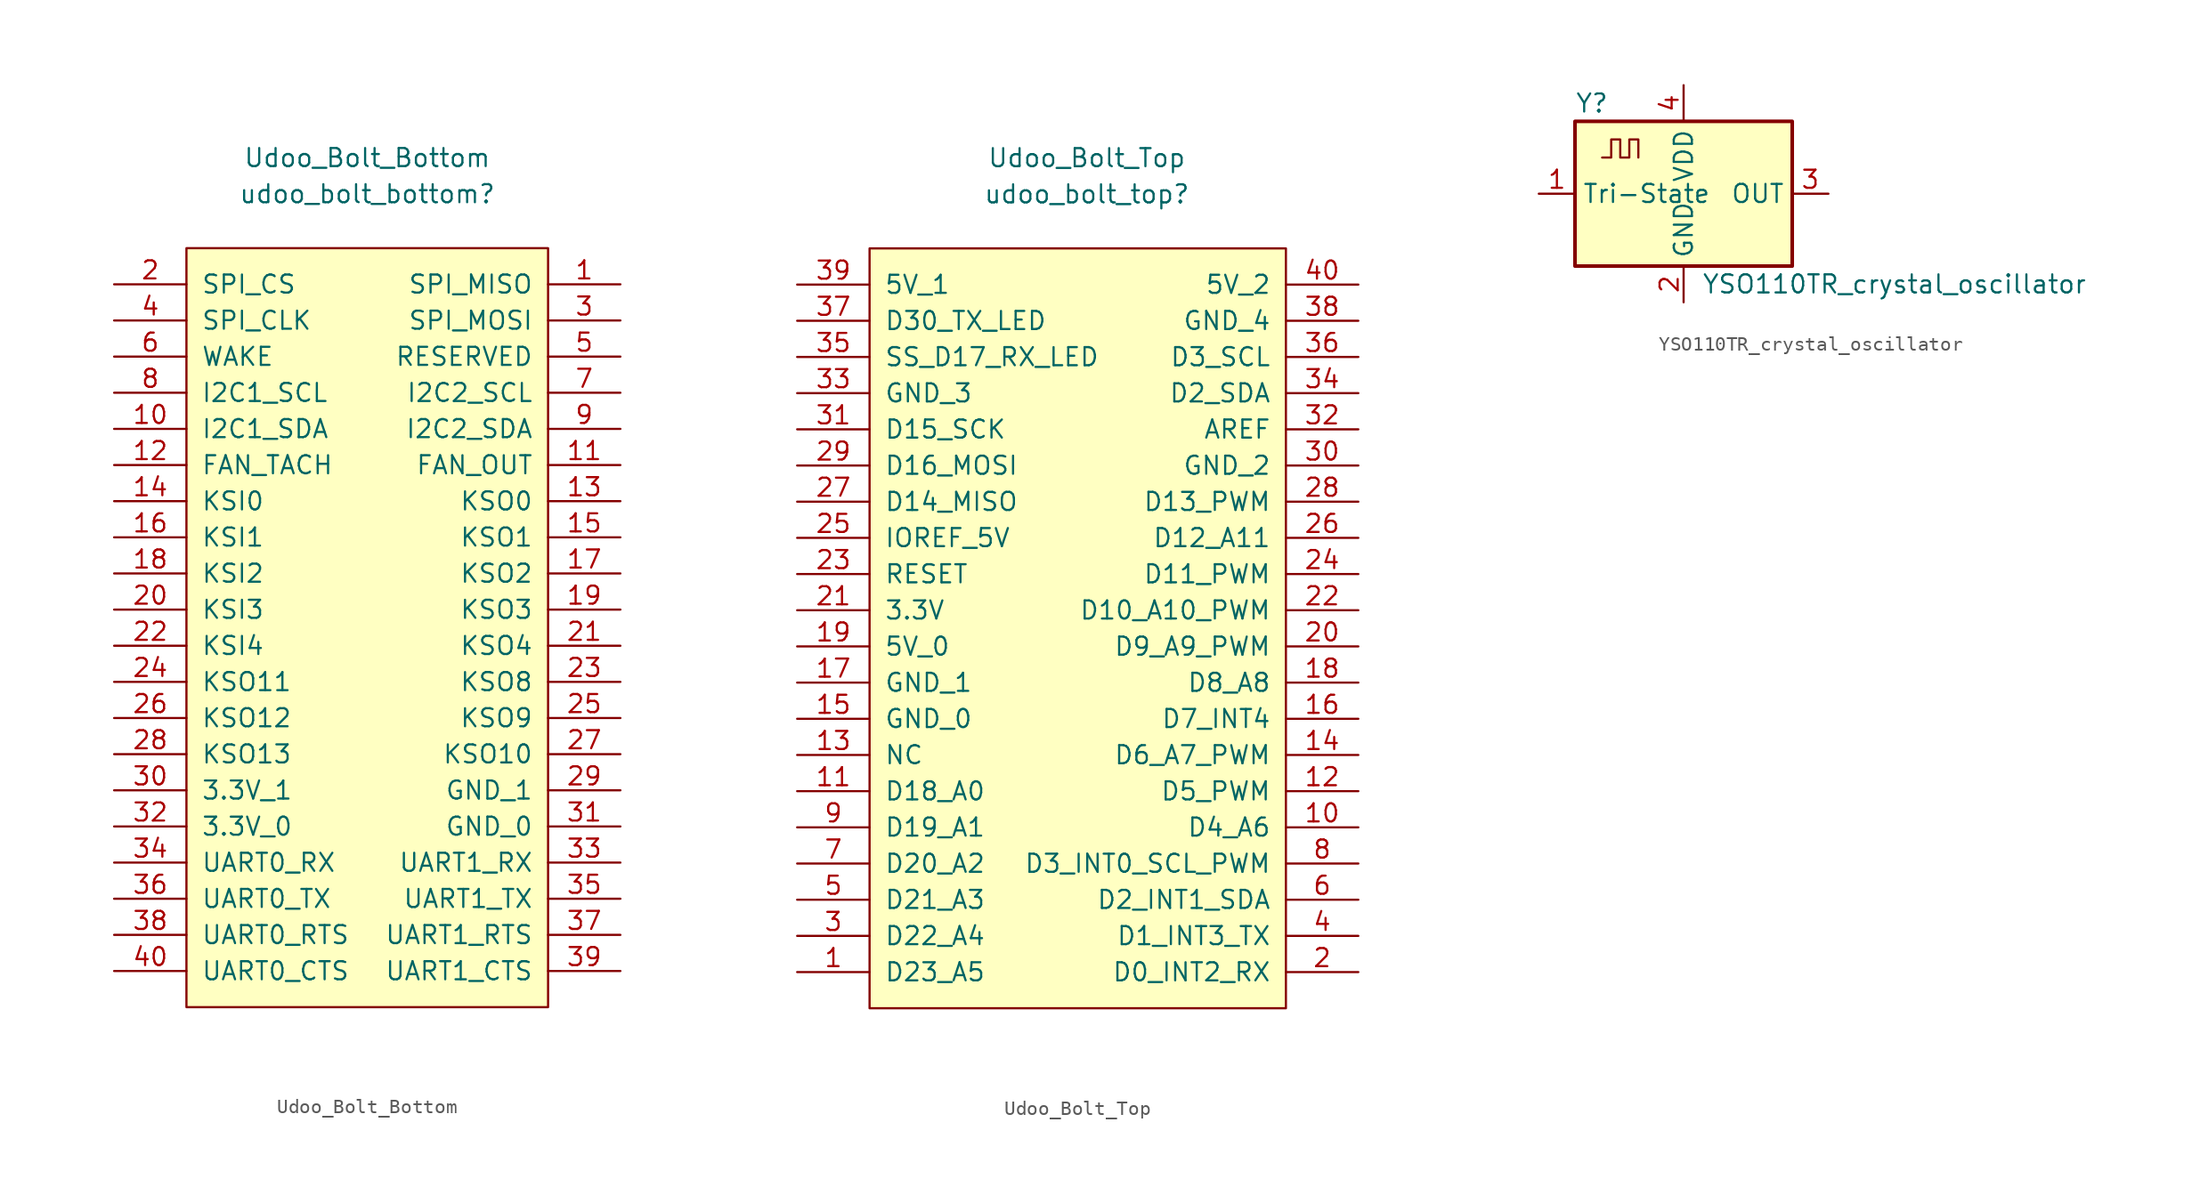
<source format=kicad_sym>
(kicad_symbol_lib
  (version 20241209)
  (generator "kicad_symbol_editor")
  (generator_version "9.0")
  (symbol "Udoo_Bolt_Bottom"
    (pin_names
      (offset 1.016))
    (property "Reference" "udoo_bolt_bottom"
      (at 0 30.48 0)
      (effects (font (size 1.27 1.27))))
    (property "Value" "Udoo_Bolt_Bottom"
      (at 0 33.02 0)
      (effects (font (size 1.27 1.27))))
    (symbol "Udoo_Bolt_Bottom_0_1"
      (rectangle (start -12.7 26.67) (end 12.7 -26.67) (stroke (width 0) (type solid)) (fill (type background))))
    (symbol "Udoo_Bolt_Bottom_1_1"
      (pin bidirectional line (at -17.78 24.13 0) (length 5.08) (name "SPI_CS" (effects (font (size 1.27 1.27)))) (number "2" (effects (font (size 1.27 1.27)))))
      (pin bidirectional line (at -17.78 21.59 0) (length 5.08) (name "SPI_CLK" (effects (font (size 1.27 1.27)))) (number "4" (effects (font (size 1.27 1.27)))))
      (pin bidirectional line (at -17.78 19.05 0) (length 5.08) (name "WAKE" (effects (font (size 1.27 1.27)))) (number "6" (effects (font (size 1.27 1.27)))))
      (pin bidirectional line (at -17.78 16.51 0) (length 5.08) (name "I2C1_SCL" (effects (font (size 1.27 1.27)))) (number "8" (effects (font (size 1.27 1.27)))))
      (pin bidirectional line (at -17.78 13.97 0) (length 5.08) (name "I2C1_SDA" (effects (font (size 1.27 1.27)))) (number "10" (effects (font (size 1.27 1.27)))))
      (pin bidirectional line (at -17.78 11.43 0) (length 5.08) (name "FAN_TACH" (effects (font (size 1.27 1.27)))) (number "12" (effects (font (size 1.27 1.27)))))
      (pin bidirectional line (at -17.78 8.89 0) (length 5.08) (name "KSI0" (effects (font (size 1.27 1.27)))) (number "14" (effects (font (size 1.27 1.27)))))
      (pin bidirectional line (at -17.78 6.35 0) (length 5.08) (name "KSI1" (effects (font (size 1.27 1.27)))) (number "16" (effects (font (size 1.27 1.27)))))
      (pin bidirectional line (at -17.78 3.81 0) (length 5.08) (name "KSI2" (effects (font (size 1.27 1.27)))) (number "18" (effects (font (size 1.27 1.27)))))
      (pin bidirectional line (at -17.78 1.27 0) (length 5.08) (name "KSI3" (effects (font (size 1.27 1.27)))) (number "20" (effects (font (size 1.27 1.27)))))
      (pin bidirectional line (at -17.78 -1.27 0) (length 5.08) (name "KSI4" (effects (font (size 1.27 1.27)))) (number "22" (effects (font (size 1.27 1.27)))))
      (pin bidirectional line (at -17.78 -3.81 0) (length 5.08) (name "KSO11" (effects (font (size 1.27 1.27)))) (number "24" (effects (font (size 1.27 1.27)))))
      (pin bidirectional line (at -17.78 -6.35 0) (length 5.08) (name "KSO12" (effects (font (size 1.27 1.27)))) (number "26" (effects (font (size 1.27 1.27)))))
      (pin bidirectional line (at -17.78 -8.89 0) (length 5.08) (name "KSO13" (effects (font (size 1.27 1.27)))) (number "28" (effects (font (size 1.27 1.27)))))
      (pin bidirectional line (at -17.78 -11.43 0) (length 5.08) (name "3.3V_1" (effects (font (size 1.27 1.27)))) (number "30" (effects (font (size 1.27 1.27)))))
      (pin bidirectional line (at -17.78 -13.97 0) (length 5.08) (name "3.3V_0" (effects (font (size 1.27 1.27)))) (number "32" (effects (font (size 1.27 1.27)))))
      (pin bidirectional line (at -17.78 -16.51 0) (length 5.08) (name "UART0_RX" (effects (font (size 1.27 1.27)))) (number "34" (effects (font (size 1.27 1.27)))))
      (pin bidirectional line (at -17.78 -19.05 0) (length 5.08) (name "UART0_TX" (effects (font (size 1.27 1.27)))) (number "36" (effects (font (size 1.27 1.27)))))
      (pin bidirectional line (at -17.78 -21.59 0) (length 5.08) (name "UART0_RTS" (effects (font (size 1.27 1.27)))) (number "38" (effects (font (size 1.27 1.27)))))
      (pin bidirectional line (at -17.78 -24.13 0) (length 5.08) (name "UART0_CTS" (effects (font (size 1.27 1.27)))) (number "40" (effects (font (size 1.27 1.27)))))
      (pin bidirectional line (at 17.78 24.13 180) (length 5.08) (name "SPI_MISO" (effects (font (size 1.27 1.27)))) (number "1" (effects (font (size 1.27 1.27)))))
      (pin bidirectional line (at 17.78 21.59 180) (length 5.08) (name "SPI_MOSI" (effects (font (size 1.27 1.27)))) (number "3" (effects (font (size 1.27 1.27)))))
      (pin bidirectional line (at 17.78 19.05 180) (length 5.08) (name "RESERVED" (effects (font (size 1.27 1.27)))) (number "5" (effects (font (size 1.27 1.27)))))
      (pin bidirectional line (at 17.78 16.51 180) (length 5.08) (name "I2C2_SCL" (effects (font (size 1.27 1.27)))) (number "7" (effects (font (size 1.27 1.27)))))
      (pin bidirectional line (at 17.78 13.97 180) (length 5.08) (name "I2C2_SDA" (effects (font (size 1.27 1.27)))) (number "9" (effects (font (size 1.27 1.27)))))
      (pin bidirectional line (at 17.78 11.43 180) (length 5.08) (name "FAN_OUT" (effects (font (size 1.27 1.27)))) (number "11" (effects (font (size 1.27 1.27)))))
      (pin bidirectional line (at 17.78 8.89 180) (length 5.08) (name "KSO0" (effects (font (size 1.27 1.27)))) (number "13" (effects (font (size 1.27 1.27)))))
      (pin bidirectional line (at 17.78 6.35 180) (length 5.08) (name "KSO1" (effects (font (size 1.27 1.27)))) (number "15" (effects (font (size 1.27 1.27)))))
      (pin bidirectional line (at 17.78 3.81 180) (length 5.08) (name "KSO2" (effects (font (size 1.27 1.27)))) (number "17" (effects (font (size 1.27 1.27)))))
      (pin bidirectional line (at 17.78 1.27 180) (length 5.08) (name "KSO3" (effects (font (size 1.27 1.27)))) (number "19" (effects (font (size 1.27 1.27)))))
      (pin bidirectional line (at 17.78 -1.27 180) (length 5.08) (name "KSO4" (effects (font (size 1.27 1.27)))) (number "21" (effects (font (size 1.27 1.27)))))
      (pin bidirectional line (at 17.78 -3.81 180) (length 5.08) (name "KSO8" (effects (font (size 1.27 1.27)))) (number "23" (effects (font (size 1.27 1.27)))))
      (pin bidirectional line (at 17.78 -6.35 180) (length 5.08) (name "KSO9" (effects (font (size 1.27 1.27)))) (number "25" (effects (font (size 1.27 1.27)))))
      (pin bidirectional line (at 17.78 -8.89 180) (length 5.08) (name "KSO10" (effects (font (size 1.27 1.27)))) (number "27" (effects (font (size 1.27 1.27)))))
      (pin bidirectional line (at 17.78 -11.43 180) (length 5.08) (name "GND_1" (effects (font (size 1.27 1.27)))) (number "29" (effects (font (size 1.27 1.27)))))
      (pin bidirectional line (at 17.78 -13.97 180) (length 5.08) (name "GND_0" (effects (font (size 1.27 1.27)))) (number "31" (effects (font (size 1.27 1.27)))))
      (pin bidirectional line (at 17.78 -16.51 180) (length 5.08) (name "UART1_RX" (effects (font (size 1.27 1.27)))) (number "33" (effects (font (size 1.27 1.27)))))
      (pin bidirectional line (at 17.78 -19.05 180) (length 5.08) (name "UART1_TX" (effects (font (size 1.27 1.27)))) (number "35" (effects (font (size 1.27 1.27)))))
      (pin bidirectional line (at 17.78 -21.59 180) (length 5.08) (name "UART1_RTS" (effects (font (size 1.27 1.27)))) (number "37" (effects (font (size 1.27 1.27)))))
      (pin bidirectional line (at 17.78 -24.13 180) (length 5.08) (name "UART1_CTS" (effects (font (size 1.27 1.27)))) (number "39" (effects (font (size 1.27 1.27)))))))
  (symbol "Udoo_Bolt_Top"
    (pin_names
      (offset 1.016))
    (property "Reference" "udoo_bolt_top"
      (at 0 30.48 0)
      (effects (font (size 1.27 1.27))))
    (property "Value" "Udoo_Bolt_Top"
      (at 0 33.02 0)
      (effects (font (size 1.27 1.27))))
    (symbol "Udoo_Bolt_Top_0_1"
      (rectangle (start -15.24 26.67) (end 13.97 -26.67) (stroke (width 0) (type solid)) (fill (type background))))
    (symbol "Udoo_Bolt_Top_1_1"
      (pin bidirectional line (at -20.32 24.13 0) (length 5.08) (name "5V_1" (effects (font (size 1.27 1.27)))) (number "39" (effects (font (size 1.27 1.27)))))
      (pin bidirectional line (at -20.32 21.59 0) (length 5.08) (name "D30_TX_LED" (effects (font (size 1.27 1.27)))) (number "37" (effects (font (size 1.27 1.27)))))
      (pin bidirectional line (at -20.32 19.05 0) (length 5.08) (name "SS_D17_RX_LED" (effects (font (size 1.27 1.27)))) (number "35" (effects (font (size 1.27 1.27)))))
      (pin bidirectional line (at -20.32 16.51 0) (length 5.08) (name "GND_3" (effects (font (size 1.27 1.27)))) (number "33" (effects (font (size 1.27 1.27)))))
      (pin bidirectional line (at -20.32 13.97 0) (length 5.08) (name "D15_SCK" (effects (font (size 1.27 1.27)))) (number "31" (effects (font (size 1.27 1.27)))))
      (pin bidirectional line (at -20.32 11.43 0) (length 5.08) (name "D16_MOSI" (effects (font (size 1.27 1.27)))) (number "29" (effects (font (size 1.27 1.27)))))
      (pin bidirectional line (at -20.32 8.89 0) (length 5.08) (name "D14_MISO" (effects (font (size 1.27 1.27)))) (number "27" (effects (font (size 1.27 1.27)))))
      (pin bidirectional line (at -20.32 6.35 0) (length 5.08) (name "IOREF_5V" (effects (font (size 1.27 1.27)))) (number "25" (effects (font (size 1.27 1.27)))))
      (pin bidirectional line (at -20.32 3.81 0) (length 5.08) (name "RESET" (effects (font (size 1.27 1.27)))) (number "23" (effects (font (size 1.27 1.27)))))
      (pin bidirectional line (at -20.32 1.27 0) (length 5.08) (name "3.3V" (effects (font (size 1.27 1.27)))) (number "21" (effects (font (size 1.27 1.27)))))
      (pin bidirectional line (at -20.32 -1.27 0) (length 5.08) (name "5V_0" (effects (font (size 1.27 1.27)))) (number "19" (effects (font (size 1.27 1.27)))))
      (pin bidirectional line (at -20.32 -3.81 0) (length 5.08) (name "GND_1" (effects (font (size 1.27 1.27)))) (number "17" (effects (font (size 1.27 1.27)))))
      (pin bidirectional line (at -20.32 -6.35 0) (length 5.08) (name "GND_0" (effects (font (size 1.27 1.27)))) (number "15" (effects (font (size 1.27 1.27)))))
      (pin bidirectional line (at -20.32 -8.89 0) (length 5.08) (name "NC" (effects (font (size 1.27 1.27)))) (number "13" (effects (font (size 1.27 1.27)))))
      (pin bidirectional line (at -20.32 -11.43 0) (length 5.08) (name "D18_A0" (effects (font (size 1.27 1.27)))) (number "11" (effects (font (size 1.27 1.27)))))
      (pin bidirectional line (at -20.32 -13.97 0) (length 5.08) (name "D19_A1" (effects (font (size 1.27 1.27)))) (number "9" (effects (font (size 1.27 1.27)))))
      (pin bidirectional line (at -20.32 -16.51 0) (length 5.08) (name "D20_A2" (effects (font (size 1.27 1.27)))) (number "7" (effects (font (size 1.27 1.27)))))
      (pin bidirectional line (at -20.32 -19.05 0) (length 5.08) (name "D21_A3" (effects (font (size 1.27 1.27)))) (number "5" (effects (font (size 1.27 1.27)))))
      (pin bidirectional line (at -20.32 -21.59 0) (length 5.08) (name "D22_A4" (effects (font (size 1.27 1.27)))) (number "3" (effects (font (size 1.27 1.27)))))
      (pin bidirectional line (at -20.32 -24.13 0) (length 5.08) (name "D23_A5" (effects (font (size 1.27 1.27)))) (number "1" (effects (font (size 1.27 1.27)))))
      (pin bidirectional line (at 19.05 24.13 180) (length 5.08) (name "5V_2" (effects (font (size 1.27 1.27)))) (number "40" (effects (font (size 1.27 1.27)))))
      (pin bidirectional line (at 19.05 21.59 180) (length 5.08) (name "GND_4" (effects (font (size 1.27 1.27)))) (number "38" (effects (font (size 1.27 1.27)))))
      (pin bidirectional line (at 19.05 19.05 180) (length 5.08) (name "D3_SCL" (effects (font (size 1.27 1.27)))) (number "36" (effects (font (size 1.27 1.27)))))
      (pin bidirectional line (at 19.05 16.51 180) (length 5.08) (name "D2_SDA" (effects (font (size 1.27 1.27)))) (number "34" (effects (font (size 1.27 1.27)))))
      (pin bidirectional line (at 19.05 13.97 180) (length 5.08) (name "AREF" (effects (font (size 1.27 1.27)))) (number "32" (effects (font (size 1.27 1.27)))))
      (pin bidirectional line (at 19.05 11.43 180) (length 5.08) (name "GND_2" (effects (font (size 1.27 1.27)))) (number "30" (effects (font (size 1.27 1.27)))))
      (pin bidirectional line (at 19.05 8.89 180) (length 5.08) (name "D13_PWM" (effects (font (size 1.27 1.27)))) (number "28" (effects (font (size 1.27 1.27)))))
      (pin bidirectional line (at 19.05 6.35 180) (length 5.08) (name "D12_A11" (effects (font (size 1.27 1.27)))) (number "26" (effects (font (size 1.27 1.27)))))
      (pin bidirectional line (at 19.05 3.81 180) (length 5.08) (name "D11_PWM" (effects (font (size 1.27 1.27)))) (number "24" (effects (font (size 1.27 1.27)))))
      (pin bidirectional line (at 19.05 1.27 180) (length 5.08) (name "D10_A10_PWM" (effects (font (size 1.27 1.27)))) (number "22" (effects (font (size 1.27 1.27)))))
      (pin bidirectional line (at 19.05 -1.27 180) (length 5.08) (name "D9_A9_PWM" (effects (font (size 1.27 1.27)))) (number "20" (effects (font (size 1.27 1.27)))))
      (pin bidirectional line (at 19.05 -3.81 180) (length 5.08) (name "D8_A8" (effects (font (size 1.27 1.27)))) (number "18" (effects (font (size 1.27 1.27)))))
      (pin bidirectional line (at 19.05 -6.35 180) (length 5.08) (name "D7_INT4" (effects (font (size 1.27 1.27)))) (number "16" (effects (font (size 1.27 1.27)))))
      (pin bidirectional line (at 19.05 -8.89 180) (length 5.08) (name "D6_A7_PWM" (effects (font (size 1.27 1.27)))) (number "14" (effects (font (size 1.27 1.27)))))
      (pin bidirectional line (at 19.05 -11.43 180) (length 5.08) (name "D5_PWM" (effects (font (size 1.27 1.27)))) (number "12" (effects (font (size 1.27 1.27)))))
      (pin bidirectional line (at 19.05 -13.97 180) (length 5.08) (name "D4_A6" (effects (font (size 1.27 1.27)))) (number "10" (effects (font (size 1.27 1.27)))))
      (pin bidirectional line (at 19.05 -16.51 180) (length 5.08) (name "D3_INT0_SCL_PWM" (effects (font (size 1.27 1.27)))) (number "8" (effects (font (size 1.27 1.27)))))
      (pin bidirectional line (at 19.05 -19.05 180) (length 5.08) (name "D2_INT1_SDA" (effects (font (size 1.27 1.27)))) (number "6" (effects (font (size 1.27 1.27)))))
      (pin bidirectional line (at 19.05 -21.59 180) (length 5.08) (name "D1_INT3_TX" (effects (font (size 1.27 1.27)))) (number "4" (effects (font (size 1.27 1.27)))))
      (pin bidirectional line (at 19.05 -24.13 180) (length 5.08) (name "D0_INT2_RX" (effects (font (size 1.27 1.27)))) (number "2" (effects (font (size 1.27 1.27)))))))
  (symbol "YSO110TR_crystal_oscillator"
    (property "Reference" "Y"
      (at -7.62 6.35 0)
      (effects (font (size 1.27 1.27)) (justify left)))
    (property "Value" "YSO110TR_crystal_oscillator"
      (at 1.27 -6.35 0)
      (effects (font (size 1.27 1.27)) (justify left)))
    (symbol "YSO110TR_crystal_oscillator_0_1"
      (rectangle (start -7.62 5.08) (end 7.62 -5.08) (stroke (width 0.254) (type default)) (fill (type background)))
      (polyline (pts (xy -5.715 2.54) (xy -5.08 2.54) (xy -5.08 3.81) (xy -4.445 3.81) (xy -4.445 2.54) (xy -3.81 2.54) (xy -3.81 3.81) (xy -3.175 3.81) (xy -3.175 2.54)) (stroke (width 0) (type default)) (fill (type none))))
    (symbol "YSO110TR_crystal_oscillator_1_1"
      (pin input line (at -10.16 0 0) (length 2.54) (name "Tri-State" (effects (font (size 1.27 1.27)))) (number "1" (effects (font (size 1.27 1.27)))))
      (pin power_in line (at 0 7.62 270) (length 2.54) (name "VDD" (effects (font (size 1.27 1.27)))) (number "4" (effects (font (size 1.27 1.27)))))
      (pin power_in line (at 0 -7.62 90) (length 2.54) (name "GND" (effects (font (size 1.27 1.27)))) (number "2" (effects (font (size 1.27 1.27)))))
      (pin output line (at 10.16 0 180) (length 2.54) (name "OUT" (effects (font (size 1.27 1.27)))) (number "3" (effects (font (size 1.27 1.27))))))))
</source>
